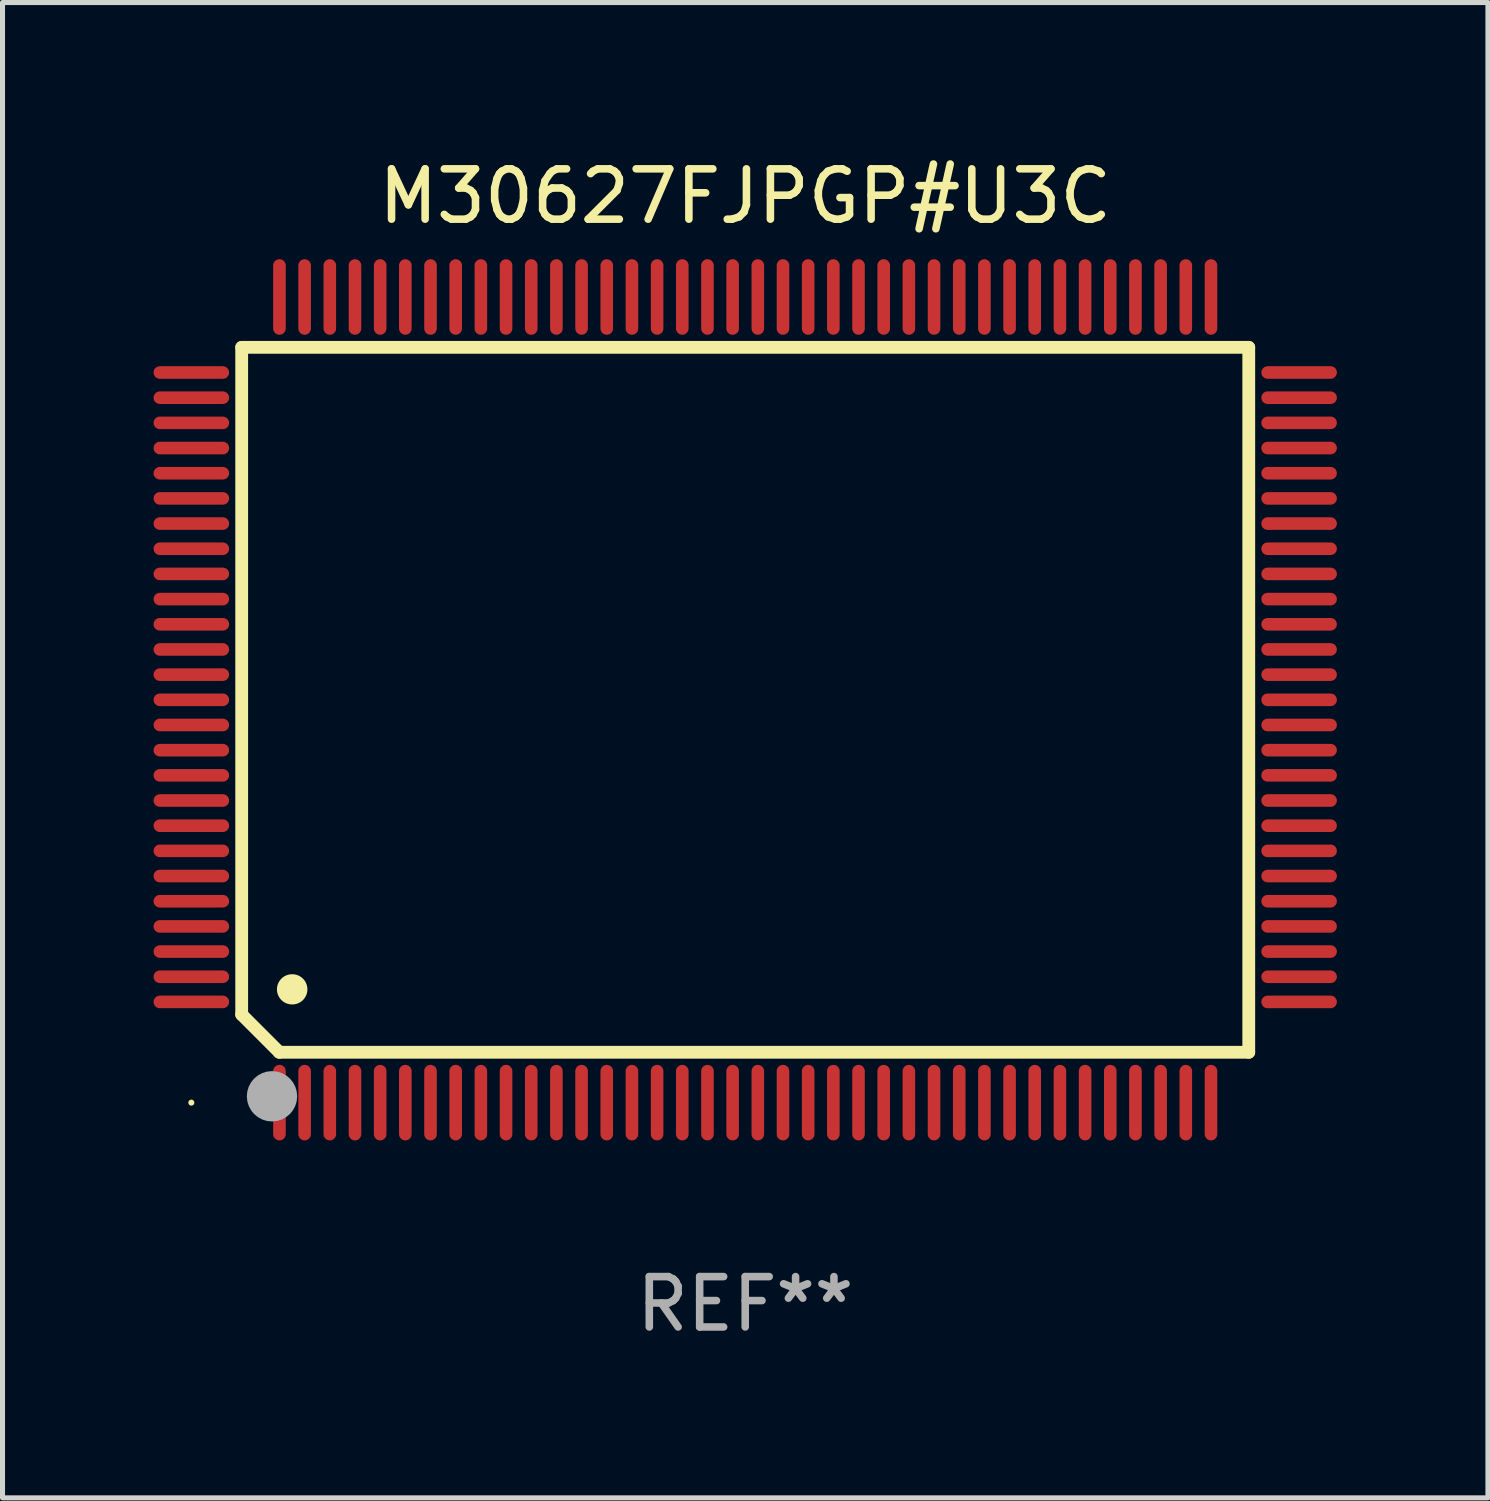
<source format=kicad_pcb>
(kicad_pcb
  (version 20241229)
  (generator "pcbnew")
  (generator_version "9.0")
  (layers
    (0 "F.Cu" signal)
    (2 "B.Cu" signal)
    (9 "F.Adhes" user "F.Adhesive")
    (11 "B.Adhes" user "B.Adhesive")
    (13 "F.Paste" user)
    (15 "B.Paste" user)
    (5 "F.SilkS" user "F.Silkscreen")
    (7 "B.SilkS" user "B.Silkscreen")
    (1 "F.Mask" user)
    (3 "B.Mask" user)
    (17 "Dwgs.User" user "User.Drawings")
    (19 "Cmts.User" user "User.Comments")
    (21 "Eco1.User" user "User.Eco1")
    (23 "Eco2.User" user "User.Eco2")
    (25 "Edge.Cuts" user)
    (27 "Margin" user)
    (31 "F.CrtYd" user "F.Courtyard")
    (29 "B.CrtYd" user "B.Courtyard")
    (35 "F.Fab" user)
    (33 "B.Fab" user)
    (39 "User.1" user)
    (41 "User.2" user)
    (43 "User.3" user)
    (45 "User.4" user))
  (footprint "M30627FJPGP#U3C"
    (layer "F.Cu")
    (at 11.75 10.848)
    (property "Reference" "M30627FJPGP#U3C" (at 0 -10 0) (layer "F.SilkS") (effects (font (size 1 1) (thickness 0.15))))
    (attr through_hole)
    (fp_line (start -10 -7) (end -10 6.25) (stroke (width 0.254) (type solid)) (layer "F.SilkS"))
    (fp_line (start -10 -7) (end 10 -7) (stroke (width 0.254) (type solid)) (layer "F.SilkS"))
    (fp_line (start -9.252 7) (end -10 6.252) (stroke (width 0.254) (type solid)) (layer "F.SilkS"))
    (fp_line (start 10 -7) (end 10 7) (stroke (width 0.254) (type solid)) (layer "F.SilkS"))
    (fp_line (start 10 7) (end -9.252 7) (stroke (width 0.254) (type solid)) (layer "F.SilkS"))
    (fp_arc (start -9.000025 5.750013) (mid -8.997485 5.750002) (end -8.994945 5.750013) (stroke (width 0.6) (type solid)) (layer "F.SilkS"))
    (fp_circle (center -11 8) (end -10.97 8) (stroke (width 0.06) (type solid)) (fill no) (layer "F.SilkS"))
    (fp_circle (center -9.398 7.874) (end -9.148 7.874) (stroke (width 0.5) (type solid)) (fill no) (layer "F.Fab"))
    (fp_text user "REF**" (at 0 12 0) (layer "F.Fab") (effects (font (size 1 1) (thickness 0.15))))
    (pad "1" smd oval (at -9.25 8) (size 0.25 1.5) (layers "F.Cu" "F.Mask" "F.Paste"))
    (pad "2" smd oval (at -8.75 8) (size 0.25 1.5) (layers "F.Cu" "F.Mask" "F.Paste"))
    (pad "3" smd oval (at -8.25 8) (size 0.25 1.5) (layers "F.Cu" "F.Mask" "F.Paste"))
    (pad "4" smd oval (at -7.75 8) (size 0.25 1.5) (layers "F.Cu" "F.Mask" "F.Paste"))
    (pad "5" smd oval (at -7.25 8) (size 0.25 1.5) (layers "F.Cu" "F.Mask" "F.Paste"))
    (pad "6" smd oval (at -6.75 8) (size 0.25 1.5) (layers "F.Cu" "F.Mask" "F.Paste"))
    (pad "7" smd oval (at -6.25 8) (size 0.25 1.5) (layers "F.Cu" "F.Mask" "F.Paste"))
    (pad "8" smd oval (at -5.75 8) (size 0.25 1.5) (layers "F.Cu" "F.Mask" "F.Paste"))
    (pad "9" smd oval (at -5.25 8) (size 0.25 1.5) (layers "F.Cu" "F.Mask" "F.Paste"))
    (pad "10" smd oval (at -4.75 8) (size 0.25 1.5) (layers "F.Cu" "F.Mask" "F.Paste"))
    (pad "11" smd oval (at -4.25 8) (size 0.25 1.5) (layers "F.Cu" "F.Mask" "F.Paste"))
    (pad "12" smd oval (at -3.75 8) (size 0.25 1.5) (layers "F.Cu" "F.Mask" "F.Paste"))
    (pad "13" smd oval (at -3.25 8) (size 0.25 1.5) (layers "F.Cu" "F.Mask" "F.Paste"))
    (pad "14" smd oval (at -2.75 8) (size 0.25 1.5) (layers "F.Cu" "F.Mask" "F.Paste"))
    (pad "15" smd oval (at -2.25 8) (size 0.25 1.5) (layers "F.Cu" "F.Mask" "F.Paste"))
    (pad "16" smd oval (at -1.75 8) (size 0.25 1.5) (layers "F.Cu" "F.Mask" "F.Paste"))
    (pad "17" smd oval (at -1.25 8) (size 0.25 1.5) (layers "F.Cu" "F.Mask" "F.Paste"))
    (pad "18" smd oval (at -0.75 8) (size 0.25 1.5) (layers "F.Cu" "F.Mask" "F.Paste"))
    (pad "19" smd oval (at -0.25 8) (size 0.25 1.5) (layers "F.Cu" "F.Mask" "F.Paste"))
    (pad "20" smd oval (at 0.25 8) (size 0.25 1.5) (layers "F.Cu" "F.Mask" "F.Paste"))
    (pad "21" smd oval (at 0.75 8) (size 0.25 1.5) (layers "F.Cu" "F.Mask" "F.Paste"))
    (pad "22" smd oval (at 1.25 8) (size 0.25 1.5) (layers "F.Cu" "F.Mask" "F.Paste"))
    (pad "23" smd oval (at 1.75 8) (size 0.25 1.5) (layers "F.Cu" "F.Mask" "F.Paste"))
    (pad "24" smd oval (at 2.25 8) (size 0.25 1.5) (layers "F.Cu" "F.Mask" "F.Paste"))
    (pad "25" smd oval (at 2.75 8) (size 0.25 1.5) (layers "F.Cu" "F.Mask" "F.Paste"))
    (pad "26" smd oval (at 3.25 8) (size 0.25 1.5) (layers "F.Cu" "F.Mask" "F.Paste"))
    (pad "27" smd oval (at 3.75 8) (size 0.25 1.5) (layers "F.Cu" "F.Mask" "F.Paste"))
    (pad "28" smd oval (at 4.25 8) (size 0.25 1.5) (layers "F.Cu" "F.Mask" "F.Paste"))
    (pad "29" smd oval (at 4.75 8) (size 0.25 1.5) (layers "F.Cu" "F.Mask" "F.Paste"))
    (pad "30" smd oval (at 5.25 8) (size 0.25 1.5) (layers "F.Cu" "F.Mask" "F.Paste"))
    (pad "31" smd oval (at 5.75 8) (size 0.25 1.5) (layers "F.Cu" "F.Mask" "F.Paste"))
    (pad "32" smd oval (at 6.25 8) (size 0.25 1.5) (layers "F.Cu" "F.Mask" "F.Paste"))
    (pad "33" smd oval (at 6.75 8 180) (size 0.25 1.5) (layers "F.Cu" "F.Mask" "F.Paste"))
    (pad "34" smd oval (at 7.25 8 180) (size 0.25 1.5) (layers "F.Cu" "F.Mask" "F.Paste"))
    (pad "35" smd oval (at 7.75 8 180) (size 0.25 1.5) (layers "F.Cu" "F.Mask" "F.Paste"))
    (pad "36" smd oval (at 8.25 8 180) (size 0.25 1.5) (layers "F.Cu" "F.Mask" "F.Paste"))
    (pad "37" smd oval (at 8.75 8 180) (size 0.25 1.5) (layers "F.Cu" "F.Mask" "F.Paste"))
    (pad "38" smd oval (at 9.25 8 180) (size 0.25 1.5) (layers "F.Cu" "F.Mask" "F.Paste"))
    (pad "39" smd oval (at 11 6 270) (size 0.25 1.5) (layers "F.Cu" "F.Mask" "F.Paste"))
    (pad "40" smd oval (at 11 5.5 270) (size 0.25 1.5) (layers "F.Cu" "F.Mask" "F.Paste"))
    (pad "41" smd oval (at 11 5 270) (size 0.25 1.5) (layers "F.Cu" "F.Mask" "F.Paste"))
    (pad "42" smd oval (at 11 4.5 270) (size 0.25 1.5) (layers "F.Cu" "F.Mask" "F.Paste"))
    (pad "43" smd oval (at 11 4 270) (size 0.25 1.5) (layers "F.Cu" "F.Mask" "F.Paste"))
    (pad "44" smd oval (at 11 3.5 270) (size 0.25 1.5) (layers "F.Cu" "F.Mask" "F.Paste"))
    (pad "45" smd oval (at 11 3 270) (size 0.25 1.5) (layers "F.Cu" "F.Mask" "F.Paste"))
    (pad "46" smd oval (at 11 2.5 270) (size 0.25 1.5) (layers "F.Cu" "F.Mask" "F.Paste"))
    (pad "47" smd oval (at 11 2 270) (size 0.25 1.5) (layers "F.Cu" "F.Mask" "F.Paste"))
    (pad "48" smd oval (at 11 1.5 270) (size 0.25 1.5) (layers "F.Cu" "F.Mask" "F.Paste"))
    (pad "49" smd oval (at 11 1 270) (size 0.25 1.5) (layers "F.Cu" "F.Mask" "F.Paste"))
    (pad "50" smd oval (at 11 0.5 270) (size 0.25 1.5) (layers "F.Cu" "F.Mask" "F.Paste"))
    (pad "51" smd oval (at 11 0 270) (size 0.25 1.5) (layers "F.Cu" "F.Mask" "F.Paste"))
    (pad "52" smd oval (at 11 -0.5 270) (size 0.25 1.5) (layers "F.Cu" "F.Mask" "F.Paste"))
    (pad "53" smd oval (at 11 -1 270) (size 0.25 1.5) (layers "F.Cu" "F.Mask" "F.Paste"))
    (pad "54" smd oval (at 11 -1.5 270) (size 0.25 1.5) (layers "F.Cu" "F.Mask" "F.Paste"))
    (pad "55" smd oval (at 11 -2 270) (size 0.25 1.5) (layers "F.Cu" "F.Mask" "F.Paste"))
    (pad "56" smd oval (at 11 -2.5 270) (size 0.25 1.5) (layers "F.Cu" "F.Mask" "F.Paste"))
    (pad "57" smd oval (at 11 -3 270) (size 0.25 1.5) (layers "F.Cu" "F.Mask" "F.Paste"))
    (pad "58" smd oval (at 11 -3.5 270) (size 0.25 1.5) (layers "F.Cu" "F.Mask" "F.Paste"))
    (pad "59" smd oval (at 11 -4 270) (size 0.25 1.5) (layers "F.Cu" "F.Mask" "F.Paste"))
    (pad "60" smd oval (at 11 -4.5 270) (size 0.25 1.5) (layers "F.Cu" "F.Mask" "F.Paste"))
    (pad "61" smd oval (at 11 -5 270) (size 0.25 1.5) (layers "F.Cu" "F.Mask" "F.Paste"))
    (pad "62" smd oval (at 11 -5.5 270) (size 0.25 1.5) (layers "F.Cu" "F.Mask" "F.Paste"))
    (pad "63" smd oval (at 11 -6 270) (size 0.25 1.5) (layers "F.Cu" "F.Mask" "F.Paste"))
    (pad "64" smd oval (at 11 -6.5 270) (size 0.25 1.5) (layers "F.Cu" "F.Mask" "F.Paste"))
    (pad "65" smd oval (at 9.25 -8 180) (size 0.25 1.5) (layers "F.Cu" "F.Mask" "F.Paste"))
    (pad "66" smd oval (at 8.75 -8 180) (size 0.25 1.5) (layers "F.Cu" "F.Mask" "F.Paste"))
    (pad "67" smd oval (at 8.25 -8 180) (size 0.25 1.5) (layers "F.Cu" "F.Mask" "F.Paste"))
    (pad "68" smd oval (at 7.75 -8 180) (size 0.25 1.5) (layers "F.Cu" "F.Mask" "F.Paste"))
    (pad "69" smd oval (at 7.25 -8 180) (size 0.25 1.5) (layers "F.Cu" "F.Mask" "F.Paste"))
    (pad "70" smd oval (at 6.75 -8 180) (size 0.25 1.5) (layers "F.Cu" "F.Mask" "F.Paste"))
    (pad "71" smd oval (at 6.25 -8 180) (size 0.25 1.5) (layers "F.Cu" "F.Mask" "F.Paste"))
    (pad "72" smd oval (at 5.75 -8 180) (size 0.25 1.5) (layers "F.Cu" "F.Mask" "F.Paste"))
    (pad "73" smd oval (at 5.25 -8 180) (size 0.25 1.5) (layers "F.Cu" "F.Mask" "F.Paste"))
    (pad "74" smd oval (at 4.75 -8 180) (size 0.25 1.5) (layers "F.Cu" "F.Mask" "F.Paste"))
    (pad "75" smd oval (at 4.25 -8 180) (size 0.25 1.5) (layers "F.Cu" "F.Mask" "F.Paste"))
    (pad "76" smd oval (at 3.75 -8 180) (size 0.25 1.5) (layers "F.Cu" "F.Mask" "F.Paste"))
    (pad "77" smd oval (at 3.25 -8 180) (size 0.25 1.5) (layers "F.Cu" "F.Mask" "F.Paste"))
    (pad "78" smd oval (at 2.75 -8 180) (size 0.25 1.5) (layers "F.Cu" "F.Mask" "F.Paste"))
    (pad "79" smd oval (at 2.25 -8 180) (size 0.25 1.5) (layers "F.Cu" "F.Mask" "F.Paste"))
    (pad "80" smd oval (at 1.75 -8 180) (size 0.25 1.5) (layers "F.Cu" "F.Mask" "F.Paste"))
    (pad "81" smd oval (at 1.25 -8 180) (size 0.25 1.5) (layers "F.Cu" "F.Mask" "F.Paste"))
    (pad "82" smd oval (at 0.75 -8 180) (size 0.25 1.5) (layers "F.Cu" "F.Mask" "F.Paste"))
    (pad "83" smd oval (at 0.25 -8 180) (size 0.25 1.5) (layers "F.Cu" "F.Mask" "F.Paste"))
    (pad "84" smd oval (at -0.25 -8 180) (size 0.25 1.5) (layers "F.Cu" "F.Mask" "F.Paste"))
    (pad "85" smd oval (at -0.75 -8 180) (size 0.25 1.5) (layers "F.Cu" "F.Mask" "F.Paste"))
    (pad "86" smd oval (at -1.25 -8 180) (size 0.25 1.5) (layers "F.Cu" "F.Mask" "F.Paste"))
    (pad "87" smd oval (at -1.75 -8 180) (size 0.25 1.5) (layers "F.Cu" "F.Mask" "F.Paste"))
    (pad "88" smd oval (at -2.25 -8 180) (size 0.25 1.5) (layers "F.Cu" "F.Mask" "F.Paste"))
    (pad "89" smd oval (at -2.75 -8 180) (size 0.25 1.5) (layers "F.Cu" "F.Mask" "F.Paste"))
    (pad "90" smd oval (at -3.25 -8 180) (size 0.25 1.5) (layers "F.Cu" "F.Mask" "F.Paste"))
    (pad "91" smd oval (at -3.75 -8 180) (size 0.25 1.5) (layers "F.Cu" "F.Mask" "F.Paste"))
    (pad "92" smd oval (at -4.25 -8 180) (size 0.25 1.5) (layers "F.Cu" "F.Mask" "F.Paste"))
    (pad "93" smd oval (at -4.75 -8 180) (size 0.25 1.5) (layers "F.Cu" "F.Mask" "F.Paste"))
    (pad "94" smd oval (at -5.25 -8 180) (size 0.25 1.5) (layers "F.Cu" "F.Mask" "F.Paste"))
    (pad "95" smd oval (at -5.75 -8 180) (size 0.25 1.5) (layers "F.Cu" "F.Mask" "F.Paste"))
    (pad "96" smd oval (at -6.25 -8 180) (size 0.25 1.5) (layers "F.Cu" "F.Mask" "F.Paste"))
    (pad "97" smd oval (at -6.75 -8 180) (size 0.25 1.5) (layers "F.Cu" "F.Mask" "F.Paste"))
    (pad "98" smd oval (at -7.25 -8 180) (size 0.25 1.5) (layers "F.Cu" "F.Mask" "F.Paste"))
    (pad "99" smd oval (at -7.75 -8 180) (size 0.25 1.5) (layers "F.Cu" "F.Mask" "F.Paste"))
    (pad "100" smd oval (at -8.25 -8 180) (size 0.25 1.5) (layers "F.Cu" "F.Mask" "F.Paste"))
    (pad "101" smd oval (at -8.75 -8 180) (size 0.25 1.5) (layers "F.Cu" "F.Mask" "F.Paste"))
    (pad "102" smd oval (at -9.25 -8) (size 0.25 1.5) (layers "F.Cu" "F.Mask" "F.Paste"))
    (pad "103" smd oval (at -11 -6.5 270) (size 0.25 1.5) (layers "F.Cu" "F.Mask" "F.Paste"))
    (pad "104" smd oval (at -11 -6 270) (size 0.25 1.5) (layers "F.Cu" "F.Mask" "F.Paste"))
    (pad "105" smd oval (at -11 -5.5 270) (size 0.25 1.5) (layers "F.Cu" "F.Mask" "F.Paste"))
    (pad "106" smd oval (at -11 -5 270) (size 0.25 1.5) (layers "F.Cu" "F.Mask" "F.Paste"))
    (pad "107" smd oval (at -11 -4.5 270) (size 0.25 1.5) (layers "F.Cu" "F.Mask" "F.Paste"))
    (pad "108" smd oval (at -11 -4 270) (size 0.25 1.5) (layers "F.Cu" "F.Mask" "F.Paste"))
    (pad "109" smd oval (at -11 -3.5 270) (size 0.25 1.5) (layers "F.Cu" "F.Mask" "F.Paste"))
    (pad "110" smd oval (at -11 -3 270) (size 0.25 1.5) (layers "F.Cu" "F.Mask" "F.Paste"))
    (pad "111" smd oval (at -11 -2.5 270) (size 0.25 1.5) (layers "F.Cu" "F.Mask" "F.Paste"))
    (pad "112" smd oval (at -11 -2 270) (size 0.25 1.5) (layers "F.Cu" "F.Mask" "F.Paste"))
    (pad "113" smd oval (at -11 -1.5 270) (size 0.25 1.5) (layers "F.Cu" "F.Mask" "F.Paste"))
    (pad "114" smd oval (at -11 -1 270) (size 0.25 1.5) (layers "F.Cu" "F.Mask" "F.Paste"))
    (pad "115" smd oval (at -11 -0.5 270) (size 0.25 1.5) (layers "F.Cu" "F.Mask" "F.Paste"))
    (pad "116" smd oval (at -11 0 270) (size 0.25 1.5) (layers "F.Cu" "F.Mask" "F.Paste"))
    (pad "117" smd oval (at -11 0.5 270) (size 0.25 1.5) (layers "F.Cu" "F.Mask" "F.Paste"))
    (pad "118" smd oval (at -11 1 270) (size 0.25 1.5) (layers "F.Cu" "F.Mask" "F.Paste"))
    (pad "119" smd oval (at -11 1.5 270) (size 0.25 1.5) (layers "F.Cu" "F.Mask" "F.Paste"))
    (pad "120" smd oval (at -11 2 270) (size 0.25 1.5) (layers "F.Cu" "F.Mask" "F.Paste"))
    (pad "121" smd oval (at -11 2.5 270) (size 0.25 1.5) (layers "F.Cu" "F.Mask" "F.Paste"))
    (pad "122" smd oval (at -11 3 270) (size 0.25 1.5) (layers "F.Cu" "F.Mask" "F.Paste"))
    (pad "123" smd oval (at -11 3.5 270) (size 0.25 1.5) (layers "F.Cu" "F.Mask" "F.Paste"))
    (pad "124" smd oval (at -11 4 270) (size 0.25 1.5) (layers "F.Cu" "F.Mask" "F.Paste"))
    (pad "125" smd oval (at -11 4.5 270) (size 0.25 1.5) (layers "F.Cu" "F.Mask" "F.Paste"))
    (pad "126" smd oval (at -11 5 270) (size 0.25 1.5) (layers "F.Cu" "F.Mask" "F.Paste"))
    (pad "127" smd oval (at -11 5.5 270) (size 0.25 1.5) (layers "F.Cu" "F.Mask" "F.Paste"))
    (pad "128" smd oval (at -11 6 270) (size 0.25 1.5) (layers "F.Cu" "F.Mask" "F.Paste")))
  (gr_rect
    (start -3 -3)
    (end 26.5 26.697)
    (stroke (width 0.1) (type default))
    (fill no)
    (layer "Edge.Cuts")))
</source>
